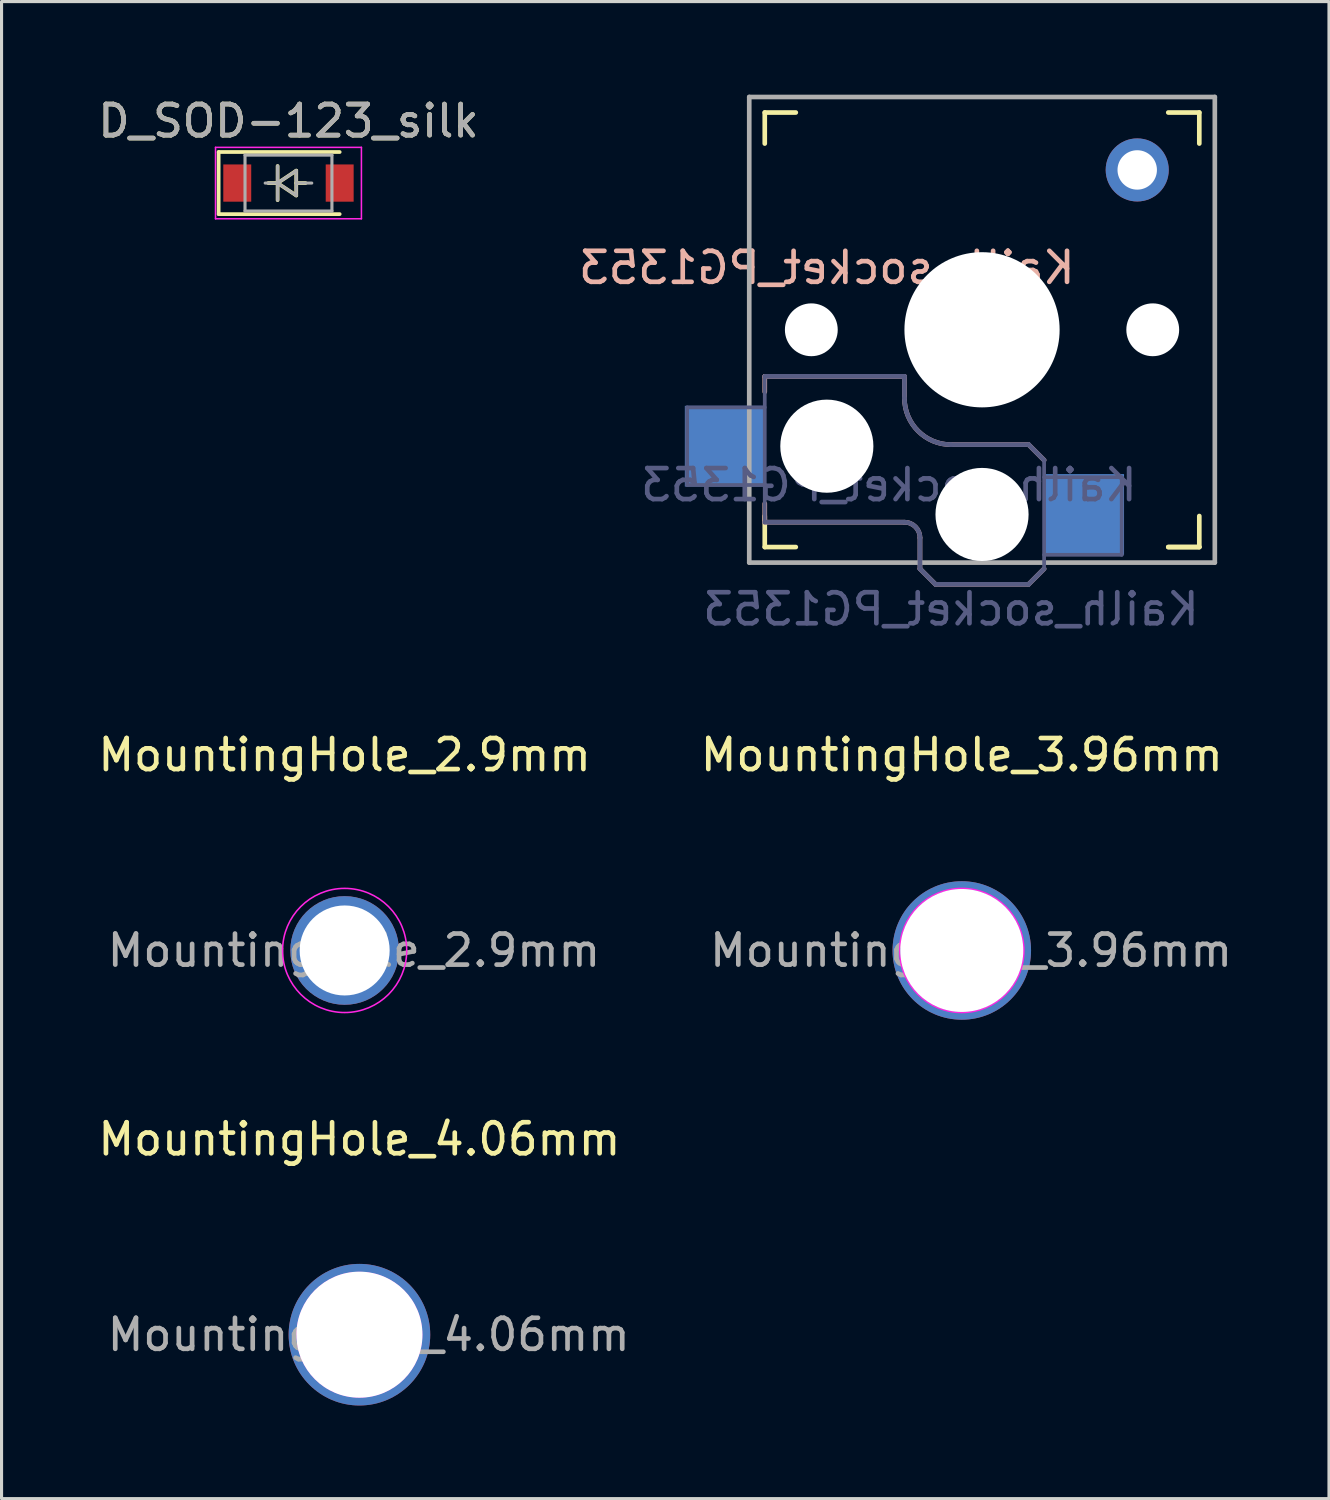
<source format=kicad_pcb>
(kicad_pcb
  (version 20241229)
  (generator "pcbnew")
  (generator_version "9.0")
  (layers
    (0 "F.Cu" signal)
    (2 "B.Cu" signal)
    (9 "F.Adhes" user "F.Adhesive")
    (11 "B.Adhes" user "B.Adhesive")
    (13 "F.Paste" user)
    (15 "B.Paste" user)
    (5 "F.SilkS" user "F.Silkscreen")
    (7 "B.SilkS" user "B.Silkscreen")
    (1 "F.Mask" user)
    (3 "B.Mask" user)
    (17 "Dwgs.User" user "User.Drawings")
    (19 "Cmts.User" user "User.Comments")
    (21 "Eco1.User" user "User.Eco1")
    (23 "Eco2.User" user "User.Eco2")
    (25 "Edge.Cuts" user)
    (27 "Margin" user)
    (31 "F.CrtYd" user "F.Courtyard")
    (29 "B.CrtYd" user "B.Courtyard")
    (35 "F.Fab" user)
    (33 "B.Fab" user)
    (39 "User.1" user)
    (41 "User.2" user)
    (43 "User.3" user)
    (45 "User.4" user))
  (footprint "MountingHole_3.96mm"
    (layer "F.Cu")
    (at 27.937 27.572)
    (property "Reference" "MountingHole_3.96mm" (at 0 -6.3 0) (layer "F.SilkS") (effects (font (size 1 1) (thickness 0.15))))
    (attr exclude_from_pos_files exclude_from_bom)
    (fp_circle (center 0 0) (end 2 0) (stroke (width 0.05) (type solid)) (fill no) (layer "F.CrtYd"))
    (fp_text user "${REFERENCE}" (at 0.3 0 0) (layer "F.Fab") (effects (font (size 1 1) (thickness 0.15))))
    (pad "" thru_hole circle (at 0 0) (size 4.462 4.462) (drill 3.962) (layers "*.Cu" "*.Mask")))
  (footprint "MountingHole_4.06mm"
    (layer "F.Cu")
    (at 8.53 39.951)
    (property "Reference" "MountingHole_4.06mm" (at 0 -6.3 0) (layer "F.SilkS") (effects (font (size 1 1) (thickness 0.15))))
    (attr exclude_from_pos_files exclude_from_bom)
    (fp_circle (center 0 0) (end 2 0) (stroke (width 0.05) (type solid)) (fill no) (layer "F.CrtYd"))
    (fp_text user "${REFERENCE}" (at 0.3 0 0) (layer "F.Fab") (effects (font (size 1 1) (thickness 0.15))))
    (pad "" thru_hole circle (at 0 0) (size 4.562 4.562) (drill 4.062) (layers "*.Cu" "*.Mask")))
  (footprint "MountingHole_2.9mm"
    (layer "F.Cu")
    (at 8.054 27.572)
    (property "Reference" "MountingHole_2.9mm" (at 0 -6.3 0) (layer "F.SilkS") (effects (font (size 1 1) (thickness 0.15))))
    (attr exclude_from_pos_files exclude_from_bom)
    (fp_circle (center 0 0) (end 2 0) (stroke (width 0.05) (type solid)) (fill no) (layer "F.CrtYd"))
    (fp_text user "${REFERENCE}" (at 0.3 0 0) (layer "F.Fab") (effects (font (size 1 1) (thickness 0.15))))
    (pad "" thru_hole circle (at 0 0) (size 3.5 3.5) (drill 2.9) (layers "*.Cu" "*.Mask")))
  (footprint "D_SOD-123_silk"
    (layer "F.Cu")
    (at 6.244 2.848)
    (property "Reference" "D_SOD-123_silk" (at 0 -2 0) (layer "F.SilkS") (effects (font (size 1 1) (thickness 0.15))))
    (attr smd)
    (fp_line (start -2.25 -1) (end -2.25 1) (stroke (width 0.12) (type solid)) (layer "F.SilkS"))
    (fp_line (start -2.25 -1) (end 1.65 -1) (stroke (width 0.12) (type solid)) (layer "F.SilkS"))
    (fp_line (start -2.25 1) (end 1.65 1) (stroke (width 0.12) (type solid)) (layer "F.SilkS"))
    (fp_line (start -0.35 0) (end -0.65 0) (stroke (width 0.12) (type solid)) (layer "F.SilkS"))
    (fp_line (start -0.35 0) (end -0.35 -0.55) (stroke (width 0.12) (type solid)) (layer "F.SilkS"))
    (fp_line (start -0.35 0) (end -0.35 0.55) (stroke (width 0.12) (type solid)) (layer "F.SilkS"))
    (fp_line (start -0.35 0) (end 0.25 -0.4) (stroke (width 0.12) (type solid)) (layer "F.SilkS"))
    (fp_line (start 0.25 -0.4) (end 0.25 0.4) (stroke (width 0.12) (type solid)) (layer "F.SilkS"))
    (fp_line (start 0.25 0) (end 0.55 0) (stroke (width 0.12) (type solid)) (layer "F.SilkS"))
    (fp_line (start 0.25 0.4) (end -0.35 0) (stroke (width 0.12) (type solid)) (layer "F.SilkS"))
    (fp_line (start -2.35 -1.15) (end -2.35 1.15) (stroke (width 0.05) (type solid)) (layer "F.CrtYd"))
    (fp_line (start -2.35 -1.15) (end 2.35 -1.15) (stroke (width 0.05) (type solid)) (layer "F.CrtYd"))
    (fp_line (start 2.35 -1.15) (end 2.35 1.15) (stroke (width 0.05) (type solid)) (layer "F.CrtYd"))
    (fp_line (start 2.35 1.15) (end -2.35 1.15) (stroke (width 0.05) (type solid)) (layer "F.CrtYd"))
    (fp_line (start -1.4 -0.9) (end 1.4 -0.9) (stroke (width 0.1) (type solid)) (layer "F.Fab"))
    (fp_line (start -1.4 0.9) (end -1.4 -0.9) (stroke (width 0.1) (type solid)) (layer "F.Fab"))
    (fp_line (start -0.75 0) (end -0.35 0) (stroke (width 0.1) (type solid)) (layer "F.Fab"))
    (fp_line (start -0.35 0) (end -0.35 -0.55) (stroke (width 0.1) (type solid)) (layer "F.Fab"))
    (fp_line (start -0.35 0) (end -0.35 0.55) (stroke (width 0.1) (type solid)) (layer "F.Fab"))
    (fp_line (start -0.35 0) (end 0.25 -0.4) (stroke (width 0.1) (type solid)) (layer "F.Fab"))
    (fp_line (start 0.25 -0.4) (end 0.25 0.4) (stroke (width 0.1) (type solid)) (layer "F.Fab"))
    (fp_line (start 0.25 0) (end 0.75 0) (stroke (width 0.1) (type solid)) (layer "F.Fab"))
    (fp_line (start 0.25 0.4) (end -0.35 0) (stroke (width 0.1) (type solid)) (layer "F.Fab"))
    (fp_line (start 1.4 -0.9) (end 1.4 0.9) (stroke (width 0.1) (type solid)) (layer "F.Fab"))
    (fp_line (start 1.4 0.9) (end -1.4 0.9) (stroke (width 0.1) (type solid)) (layer "F.Fab"))
    (fp_text user "${REFERENCE}" (at 0 -2 0) (layer "F.Fab") (effects (font (size 1 1) (thickness 0.15))))
    (pad "1" smd rect (at -1.65 0) (size 0.9 1.2) (layers "F.Cu" "F.Mask" "F.Paste"))
    (pad "2" smd rect (at 1.65 0) (size 0.9 1.2) (layers "F.Cu" "F.Mask" "F.Paste")))
  (footprint "Kailh_socket_PG1353"
    (layer "F.Cu")
    (at 28.589 7.575)
    (property "Reference" "Kailh_socket_PG1353" (at -5 -2 0) (layer "B.SilkS") (effects (font (size 1 1) (thickness 0.15)) (justify mirror)))
    (property "Value" "Kailh_socket_PG1353" (at 0 8.255 0) (layer "F.Fab") (hide yes) (effects (font (size 1 1) (thickness 0.15))))
    (attr smd)
    (fp_line (start -7 -6) (end -7 -7) (stroke (width 0.15) (type solid)) (layer "F.SilkS"))
    (fp_line (start -7 7) (end -7 6) (stroke (width 0.15) (type solid)) (layer "F.SilkS"))
    (fp_line (start -7 7) (end -6 7) (stroke (width 0.15) (type solid)) (layer "F.SilkS"))
    (fp_line (start -6 -7) (end -7 -7) (stroke (width 0.15) (type solid)) (layer "F.SilkS"))
    (fp_line (start 6 7) (end 7 7) (stroke (width 0.15) (type solid)) (layer "F.SilkS"))
    (fp_line (start 7 -7) (end 6 -7) (stroke (width 0.15) (type solid)) (layer "F.SilkS"))
    (fp_line (start 7 -7) (end 7 -6) (stroke (width 0.15) (type solid)) (layer "F.SilkS"))
    (fp_line (start 7 6) (end 7 7) (stroke (width 0.15) (type solid)) (layer "F.SilkS"))
    (fp_line (start 7 7) (end 6 7) (stroke (width 0.15) (type solid)) (layer "F.SilkS"))
    (fp_line (start -7 1.5) (end -7 2) (stroke (width 0.15) (type solid)) (layer "B.SilkS"))
    (fp_line (start -7 5.6) (end -7 6.2) (stroke (width 0.15) (type solid)) (layer "B.SilkS"))
    (fp_line (start -7 6.2) (end -2.5 6.2) (stroke (width 0.15) (type solid)) (layer "B.SilkS"))
    (fp_line (start -2.5 1.5) (end -7 1.5) (stroke (width 0.15) (type solid)) (layer "B.SilkS"))
    (fp_line (start -2.5 2.2) (end -2.5 1.5) (stroke (width 0.15) (type solid)) (layer "B.SilkS"))
    (fp_line (start -2 6.7) (end -2 7.7) (stroke (width 0.15) (type solid)) (layer "B.SilkS"))
    (fp_line (start -1.5 8.2) (end -2 7.7) (stroke (width 0.15) (type solid)) (layer "B.SilkS"))
    (fp_line (start 1.5 3.7) (end -1 3.7) (stroke (width 0.15) (type solid)) (layer "B.SilkS"))
    (fp_line (start 1.5 8.2) (end -1.5 8.2) (stroke (width 0.15) (type solid)) (layer "B.SilkS"))
    (fp_line (start 2 4.2) (end 1.5 3.7) (stroke (width 0.15) (type solid)) (layer "B.SilkS"))
    (fp_line (start 2 7.7) (end 1.5 8.2) (stroke (width 0.15) (type solid)) (layer "B.SilkS"))
    (fp_arc (start -2.5 6.2) (mid -2.146447 6.346447) (end -2 6.7) (stroke (width 0.15) (type solid)) (layer "B.SilkS"))
    (fp_arc (start -1 3.7) (mid -2.06066 3.26066) (end -2.5 2.2) (stroke (width 0.15) (type solid)) (layer "B.SilkS"))
    (fp_line (start -6.9 6.9) (end -6.9 -6.9) (stroke (width 0.15) (type solid)) (layer "Eco2.User"))
    (fp_line (start -6.9 6.9) (end 6.9 6.9) (stroke (width 0.15) (type solid)) (layer "Eco2.User"))
    (fp_line (start -2.6 -3.1) (end -2.6 -6.3) (stroke (width 0.15) (type solid)) (layer "Eco2.User"))
    (fp_line (start -2.6 -3.1) (end 2.6 -3.1) (stroke (width 0.15) (type solid)) (layer "Eco2.User"))
    (fp_line (start 2.6 -6.3) (end -2.6 -6.3) (stroke (width 0.15) (type solid)) (layer "Eco2.User"))
    (fp_line (start 2.6 -3.1) (end 2.6 -6.3) (stroke (width 0.15) (type solid)) (layer "Eco2.User"))
    (fp_line (start 6.9 -6.9) (end -6.9 -6.9) (stroke (width 0.15) (type solid)) (layer "Eco2.User"))
    (fp_line (start 6.9 -6.9) (end 6.9 6.9) (stroke (width 0.15) (type solid)) (layer "Eco2.User"))
    (fp_line (start -9.5 2.5) (end -7 2.5) (stroke (width 0.12) (type solid)) (layer "B.Fab"))
    (fp_line (start -9.5 5) (end -9.5 2.5) (stroke (width 0.12) (type solid)) (layer "B.Fab"))
    (fp_line (start -7 1.5) (end -7 6.2) (stroke (width 0.12) (type solid)) (layer "B.Fab"))
    (fp_line (start -7 5) (end -9.5 5) (stroke (width 0.12) (type solid)) (layer "B.Fab"))
    (fp_line (start -7 6.2) (end -2.5 6.2) (stroke (width 0.15) (type solid)) (layer "B.Fab"))
    (fp_line (start -2.5 1.5) (end -7 1.5) (stroke (width 0.15) (type solid)) (layer "B.Fab"))
    (fp_line (start -2.5 2.2) (end -2.5 1.5) (stroke (width 0.15) (type solid)) (layer "B.Fab"))
    (fp_line (start -2 6.7) (end -2 7.7) (stroke (width 0.15) (type solid)) (layer "B.Fab"))
    (fp_line (start -1.5 8.2) (end -2 7.7) (stroke (width 0.15) (type solid)) (layer "B.Fab"))
    (fp_line (start 1.5 3.7) (end -1 3.7) (stroke (width 0.15) (type solid)) (layer "B.Fab"))
    (fp_line (start 1.5 8.2) (end -1.5 8.2) (stroke (width 0.15) (type solid)) (layer "B.Fab"))
    (fp_line (start 2 4.2) (end 1.5 3.7) (stroke (width 0.15) (type solid)) (layer "B.Fab"))
    (fp_line (start 2 4.25) (end 2 7.7) (stroke (width 0.12) (type solid)) (layer "B.Fab"))
    (fp_line (start 2 4.75) (end 4.5 4.75) (stroke (width 0.12) (type solid)) (layer "B.Fab"))
    (fp_line (start 2 7.7) (end 1.5 8.2) (stroke (width 0.15) (type solid)) (layer "B.Fab"))
    (fp_line (start 4.5 4.75) (end 4.5 7.25) (stroke (width 0.12) (type solid)) (layer "B.Fab"))
    (fp_line (start 4.5 7.25) (end 2 7.25) (stroke (width 0.12) (type solid)) (layer "B.Fab"))
    (fp_arc (start -2.5 6.2) (mid -2.146447 6.346447) (end -2 6.7) (stroke (width 0.15) (type solid)) (layer "B.Fab"))
    (fp_arc (start -1 3.7) (mid -2.06066 3.26066) (end -2.5 2.2) (stroke (width 0.15) (type solid)) (layer "B.Fab"))
    (fp_line (start -7.5 -7.5) (end 7.5 -7.5) (stroke (width 0.15) (type solid)) (layer "F.Fab"))
    (fp_line (start -7.5 7.5) (end -7.5 -7.5) (stroke (width 0.15) (type solid)) (layer "F.Fab"))
    (fp_line (start 7.5 -7.5) (end 7.5 7.5) (stroke (width 0.15) (type solid)) (layer "F.Fab"))
    (fp_line (start 7.5 7.5) (end -7.5 7.5) (stroke (width 0.15) (type solid)) (layer "F.Fab"))
    (fp_text user "${REFERENCE}" (at -3 5 0) (layer "B.Fab") (effects (font (size 1 1) (thickness 0.15)) (justify mirror)))
    (fp_text user "${VALUE}" (at -1 9 0) (layer "B.Fab") (effects (font (size 1 1) (thickness 0.15)) (justify mirror)))
    (pad "" np_thru_hole circle (at -5.5 0) (size 1.702 1.702) (drill 1.702) (layers "*.Cu" "*.Mask"))
    (pad "" np_thru_hole circle (at -5 3.75) (size 3 3) (drill 3) (layers "*.Cu" "*.Mask"))
    (pad "" np_thru_hole circle (at 0 0) (size 5 5) (drill 5) (layers "*.Cu" "*.Mask"))
    (pad "" np_thru_hole circle (at 0 5.95) (size 3 3) (drill 3) (layers "*.Cu" "*.Mask"))
    (pad "" thru_hole circle (at 5 -5.15) (size 2.032 2.032) (drill 1.27) (layers "*.Cu" "*.Mask"))
    (pad "" np_thru_hole circle (at 5.5 0) (size 1.702 1.702) (drill 1.702) (layers "*.Cu" "*.Mask"))
    (pad "1" smd rect (at 3.275 5.95) (size 2.6 2.6) (layers "B.Cu" "B.Mask" "B.Paste"))
    (pad "2" smd rect (at -8.275 3.75) (size 2.6 2.6) (layers "B.Cu" "B.Mask" "B.Paste")))
  (gr_rect
    (start -3 -3)
    (end 39.767 45.232)
    (stroke (width 0.1) (type default))
    (fill no)
    (layer "Edge.Cuts")))
</source>
